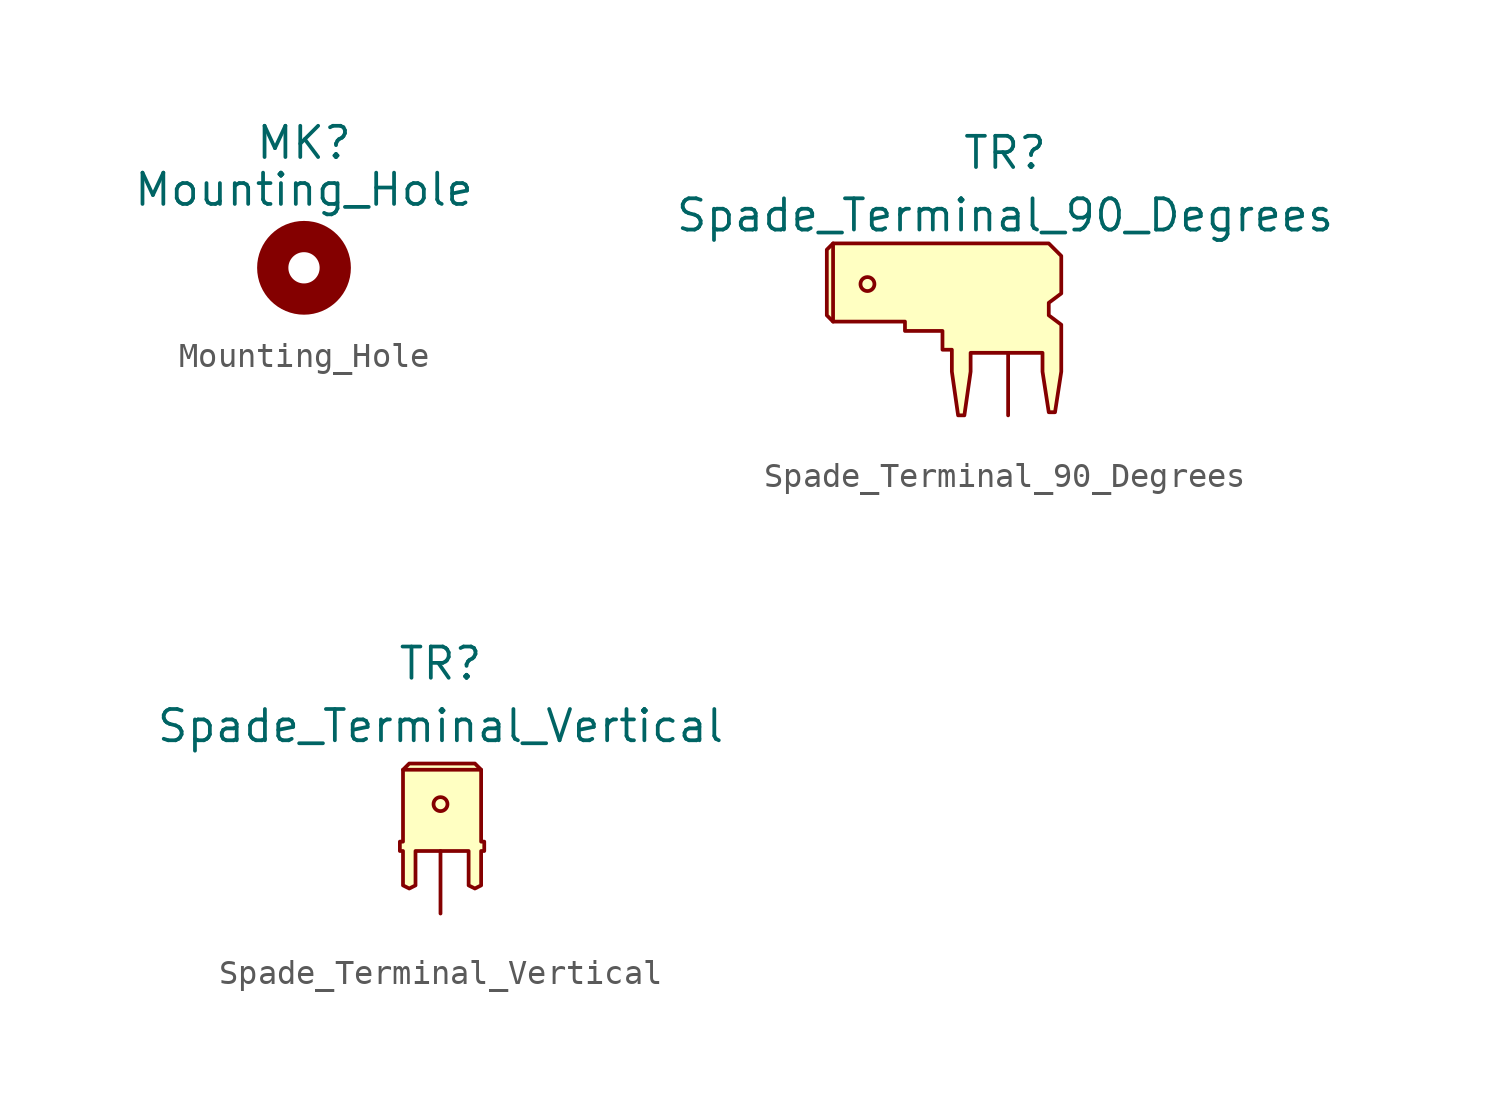
<source format=kicad_sym>
(kicad_symbol_lib
  (version 20211014)
  (generator kicad_symbol_editor)
  (symbol "Mounting_Hole"
    (pin_names
      (offset 1.016))
    (property "Reference" "MK"
      (at 0 5.08 0)
      (effects (font (size 1.27 1.27))))
    (property "Value" "Mounting_Hole"
      (at 0 3.175 0)
      (effects (font (size 1.27 1.27))))
    (symbol "Mounting_Hole_0_1"
      (circle (center 0 0) (radius 1.27) (stroke (width 1.27) (type default)) (fill (type none)))))
  (symbol "Spade_Terminal_90_Degrees"
    (pin_numbers hide)
    (pin_names
      (offset 1.016) hide)
    (property "Reference" "TR"
      (at -0.127 5.588 0)
      (effects (font (size 1.27 1.27))))
    (property "Value" "Spade_Terminal_90_Degrees"
      (at -0.127 3.048 0)
      (effects (font (size 1.27 1.27))))
    (symbol "Spade_Terminal_90_Degrees_0_1"
      (circle (center -5.715 0.254) (radius 0.284) (stroke (width 0.152) (type default)) (fill (type none)))
      (polyline (pts (xy -7.112 -1.27) (xy -7.112 1.905)) (stroke (width 0.152) (type default)) (fill (type none)))
      (polyline (pts (xy 2.159 -3.302) (xy 2.159 -1.397) (xy 1.651 -1.016) (xy 1.651 -0.508) (xy 2.159 -0.127) (xy 2.159 1.397) (xy 1.651 1.905) (xy -4.191 1.905) (xy -7.112 1.905) (xy -7.366 1.651) (xy -7.366 -1.016) (xy -7.112 -1.27) (xy -4.191 -1.27) (xy -4.191 -1.651) (xy -2.667 -1.651) (xy -2.667 -2.413) (xy -2.286 -2.413) (xy -2.286 -3.302) (xy -2.032 -5.08) (xy -1.778 -5.08) (xy -1.524 -3.302) (xy -1.524 -2.54) (xy 1.397 -2.54) (xy 1.397 -3.302) (xy 1.651 -4.953) (xy 1.905 -4.953) (xy 2.159 -3.302)) (stroke (width 0.152) (type default)) (fill (type background))))
    (symbol "Spade_Terminal_90_Degrees_1_1"
      (pin passive line (at 0 -5.08 90) (length 2.54) (name "1" (effects (font (size 1.27 1.27)))) (number "1" (effects (font (size 1.27 1.27)))))))
  (symbol "Spade_Terminal_Vertical"
    (pin_numbers hide)
    (pin_names
      (offset 1.016) hide)
    (property "Reference" "TR"
      (at 0 7.62 0)
      (effects (font (size 1.27 1.27))))
    (property "Value" "Spade_Terminal_Vertical"
      (at 0 5.08 0)
      (effects (font (size 1.27 1.27))))
    (symbol "Spade_Terminal_Vertical_0_1"
      (polyline (pts (xy -1.524 3.302) (xy 1.651 3.302)) (stroke (width 0.152) (type default)) (fill (type none)))
      (polyline (pts (xy -1.27 -1.524) (xy -1.016 -1.397) (xy -1.016 0) (xy 1.143 0) (xy 1.143 -1.397) (xy 1.397 -1.524) (xy 1.651 -1.397) (xy 1.651 0) (xy 1.778 0) (xy 1.778 0.381) (xy 1.651 0.381) (xy 1.651 3.302) (xy 1.397 3.556) (xy -1.27 3.556) (xy -1.524 3.302) (xy -1.524 0.381) (xy -1.651 0.381) (xy -1.651 0) (xy -1.524 0) (xy -1.524 -1.397) (xy -1.27 -1.524) (xy -1.27 -1.524)) (stroke (width 0.152) (type default)) (fill (type background)))
      (circle (center 0 1.905) (radius 0.284) (stroke (width 0.152) (type default)) (fill (type none))))
    (symbol "Spade_Terminal_Vertical_1_1"
      (pin passive line (at 0 -2.54 90) (length 2.54) (name "1" (effects (font (size 1.27 1.27)))) (number "1" (effects (font (size 1.27 1.27))))))))
</source>
